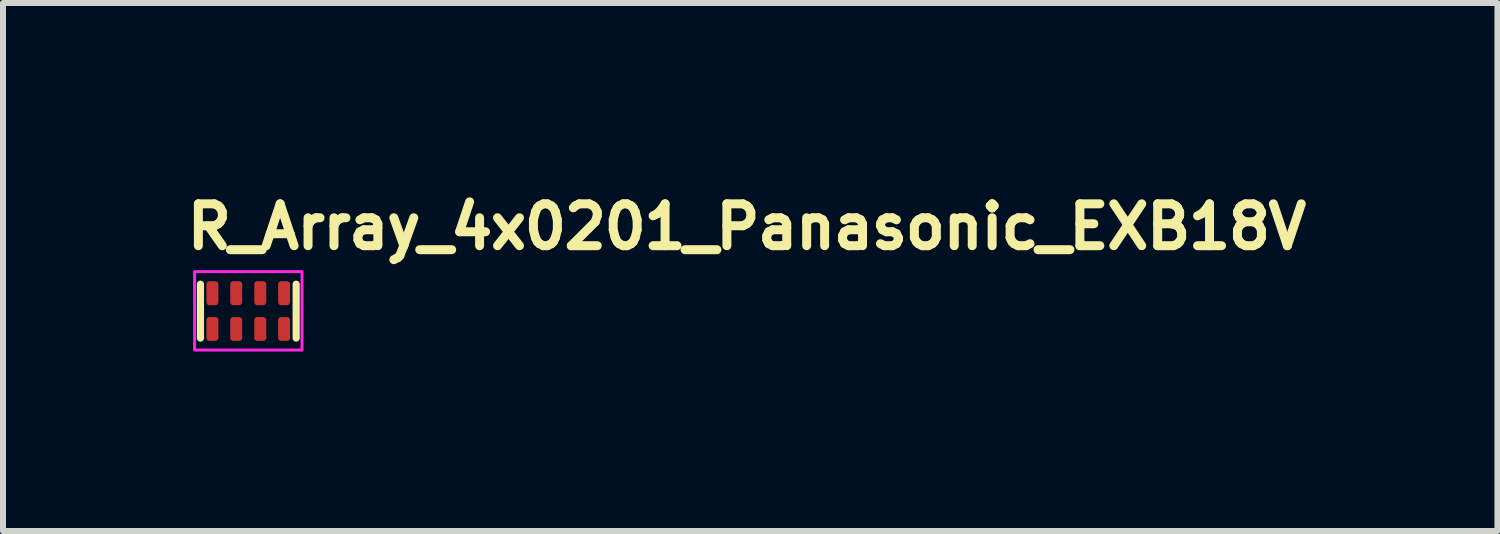
<source format=kicad_pcb>
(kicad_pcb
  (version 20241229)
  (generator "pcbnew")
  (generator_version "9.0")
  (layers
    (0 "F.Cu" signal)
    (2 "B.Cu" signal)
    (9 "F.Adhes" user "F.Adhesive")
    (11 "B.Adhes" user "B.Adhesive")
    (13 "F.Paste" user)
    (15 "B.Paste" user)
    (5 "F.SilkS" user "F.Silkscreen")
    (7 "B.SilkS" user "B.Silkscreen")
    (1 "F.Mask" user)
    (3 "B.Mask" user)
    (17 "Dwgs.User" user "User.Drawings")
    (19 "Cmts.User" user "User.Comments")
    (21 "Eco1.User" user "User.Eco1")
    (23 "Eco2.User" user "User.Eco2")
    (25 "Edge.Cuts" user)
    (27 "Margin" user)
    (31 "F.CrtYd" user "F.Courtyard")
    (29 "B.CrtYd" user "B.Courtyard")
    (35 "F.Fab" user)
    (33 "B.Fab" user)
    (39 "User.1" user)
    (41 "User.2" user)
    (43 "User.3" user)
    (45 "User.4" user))
  (footprint "R_Array_4x0201_Panasonic_EXB18V"
    (layer "F.Cu")
    (at 1.1 2.15)
    (property "Reference" "R_Array_4x0201_Panasonic_EXB18V" (at -1.1 -1 180) (layer "F.SilkS") (effects (font (size 0.7 0.7) (thickness 0.15)) (justify left bottom)))
    (attr smd)
    (fp_line (start -0.8 -0.45) (end -0.8 0.45) (stroke (width 0.12) (type solid)) (layer "F.SilkS"))
    (fp_line (start 0.8 -0.45) (end 0.8 0.45) (stroke (width 0.12) (type solid)) (layer "F.SilkS"))
    (fp_rect (start -0.898 -0.66) (end 0.898 0.65) (stroke (width 0.05) (type solid)) (fill no) (layer "F.CrtYd"))
    (fp_rect (start -0.749 -0.356) (end 0.747 0.354) (stroke (width 0.1) (type solid)) (fill no) (layer "User.5"))
    (fp_line (start -0.749 -0.332) (end -0.749 0.33) (stroke (width 0.02) (type solid)) (layer "User.9"))
    (fp_line (start -0.749 0.33) (end -0.711 0.33) (stroke (width 0.02) (type solid)) (layer "User.9"))
    (fp_line (start -0.711 -0.356) (end -0.508 -0.356) (stroke (width 0.02) (type solid)) (layer "User.9"))
    (fp_line (start -0.711 -0.332) (end -0.749 -0.332) (stroke (width 0.02) (type solid)) (layer "User.9"))
    (fp_line (start -0.711 -0.127) (end -0.711 -0.356) (stroke (width 0.02) (type solid)) (layer "User.9"))
    (fp_line (start -0.711 0.125) (end -0.508 0.125) (stroke (width 0.02) (type solid)) (layer "User.9"))
    (fp_line (start -0.711 0.354) (end -0.711 0.125) (stroke (width 0.02) (type solid)) (layer "User.9"))
    (fp_line (start -0.508 -0.356) (end -0.508 -0.127) (stroke (width 0.02) (type solid)) (layer "User.9"))
    (fp_line (start -0.508 -0.127) (end -0.711 -0.127) (stroke (width 0.02) (type solid)) (layer "User.9"))
    (fp_line (start -0.508 0.125) (end -0.508 0.354) (stroke (width 0.02) (type solid)) (layer "User.9"))
    (fp_line (start -0.508 0.33) (end -0.305 0.33) (stroke (width 0.02) (type solid)) (layer "User.9"))
    (fp_line (start -0.508 0.354) (end -0.711 0.354) (stroke (width 0.02) (type solid)) (layer "User.9"))
    (fp_line (start -0.305 -0.356) (end -0.103 -0.356) (stroke (width 0.02) (type solid)) (layer "User.9"))
    (fp_line (start -0.305 -0.332) (end -0.508 -0.332) (stroke (width 0.02) (type solid)) (layer "User.9"))
    (fp_line (start -0.305 -0.127) (end -0.305 -0.356) (stroke (width 0.02) (type solid)) (layer "User.9"))
    (fp_line (start -0.305 0.125) (end -0.103 0.125) (stroke (width 0.02) (type solid)) (layer "User.9"))
    (fp_line (start -0.305 0.354) (end -0.305 0.125) (stroke (width 0.02) (type solid)) (layer "User.9"))
    (fp_line (start -0.103 -0.356) (end -0.103 -0.127) (stroke (width 0.02) (type solid)) (layer "User.9"))
    (fp_line (start -0.103 -0.127) (end -0.305 -0.127) (stroke (width 0.02) (type solid)) (layer "User.9"))
    (fp_line (start -0.103 0.125) (end -0.103 0.354) (stroke (width 0.02) (type solid)) (layer "User.9"))
    (fp_line (start -0.103 0.33) (end 0.101 0.33) (stroke (width 0.02) (type solid)) (layer "User.9"))
    (fp_line (start -0.103 0.354) (end -0.305 0.354) (stroke (width 0.02) (type solid)) (layer "User.9"))
    (fp_line (start 0.101 -0.356) (end 0.303 -0.356) (stroke (width 0.02) (type solid)) (layer "User.9"))
    (fp_line (start 0.101 -0.332) (end -0.103 -0.332) (stroke (width 0.02) (type solid)) (layer "User.9"))
    (fp_line (start 0.101 -0.127) (end 0.101 -0.356) (stroke (width 0.02) (type solid)) (layer "User.9"))
    (fp_line (start 0.101 0.125) (end 0.303 0.125) (stroke (width 0.02) (type solid)) (layer "User.9"))
    (fp_line (start 0.101 0.354) (end 0.101 0.125) (stroke (width 0.02) (type solid)) (layer "User.9"))
    (fp_line (start 0.303 -0.356) (end 0.303 -0.127) (stroke (width 0.02) (type solid)) (layer "User.9"))
    (fp_line (start 0.303 -0.127) (end 0.101 -0.127) (stroke (width 0.02) (type solid)) (layer "User.9"))
    (fp_line (start 0.303 0.125) (end 0.303 0.354) (stroke (width 0.02) (type solid)) (layer "User.9"))
    (fp_line (start 0.303 0.33) (end 0.506 0.33) (stroke (width 0.02) (type solid)) (layer "User.9"))
    (fp_line (start 0.303 0.354) (end 0.101 0.354) (stroke (width 0.02) (type solid)) (layer "User.9"))
    (fp_line (start 0.506 -0.356) (end 0.709 -0.356) (stroke (width 0.02) (type solid)) (layer "User.9"))
    (fp_line (start 0.506 -0.332) (end 0.303 -0.332) (stroke (width 0.02) (type solid)) (layer "User.9"))
    (fp_line (start 0.506 -0.127) (end 0.506 -0.356) (stroke (width 0.02) (type solid)) (layer "User.9"))
    (fp_line (start 0.506 0.125) (end 0.709 0.125) (stroke (width 0.02) (type solid)) (layer "User.9"))
    (fp_line (start 0.506 0.354) (end 0.506 0.125) (stroke (width 0.02) (type solid)) (layer "User.9"))
    (fp_line (start 0.709 -0.356) (end 0.709 -0.127) (stroke (width 0.02) (type solid)) (layer "User.9"))
    (fp_line (start 0.709 -0.127) (end 0.506 -0.127) (stroke (width 0.02) (type solid)) (layer "User.9"))
    (fp_line (start 0.709 0.125) (end 0.709 0.354) (stroke (width 0.02) (type solid)) (layer "User.9"))
    (fp_line (start 0.709 0.33) (end 0.747 0.33) (stroke (width 0.02) (type solid)) (layer "User.9"))
    (fp_line (start 0.709 0.354) (end 0.506 0.354) (stroke (width 0.02) (type solid)) (layer "User.9"))
    (fp_line (start 0.747 -0.332) (end 0.709 -0.332) (stroke (width 0.02) (type solid)) (layer "User.9"))
    (fp_line (start 0.747 0.33) (end 0.747 -0.332) (stroke (width 0.02) (type solid)) (layer "User.9"))
    (pad "1" smd roundrect (at -0.6 0.298) (size 0.2 0.4) (layers "F.Cu" "F.Mask" "F.Paste") (roundrect_rratio 0.25))
    (pad "2" smd roundrect (at -0.202 0.298) (size 0.2 0.4) (layers "F.Cu" "F.Mask" "F.Paste") (roundrect_rratio 0.25))
    (pad "3" smd roundrect (at 0.2 0.298) (size 0.2 0.4) (layers "F.Cu" "F.Mask" "F.Paste") (roundrect_rratio 0.25))
    (pad "4" smd roundrect (at 0.598 0.298) (size 0.2 0.4) (layers "F.Cu" "F.Mask" "F.Paste") (roundrect_rratio 0.25))
    (pad "5" smd roundrect (at 0.598 -0.3) (size 0.2 0.4) (layers "F.Cu" "F.Mask" "F.Paste") (roundrect_rratio 0.25))
    (pad "6" smd roundrect (at 0.2 -0.3) (size 0.2 0.4) (layers "F.Cu" "F.Mask" "F.Paste") (roundrect_rratio 0.25))
    (pad "7" smd roundrect (at -0.202 -0.3) (size 0.2 0.4) (layers "F.Cu" "F.Mask" "F.Paste") (roundrect_rratio 0.25))
    (pad "8" smd roundrect (at -0.6 -0.3) (size 0.2 0.4) (layers "F.Cu" "F.Mask" "F.Paste") (roundrect_rratio 0.25)))
  (gr_rect
    (start -3 -3)
    (end 21.977 5.825)
    (stroke (width 0.1) (type default))
    (fill no)
    (layer "Edge.Cuts")))
</source>
